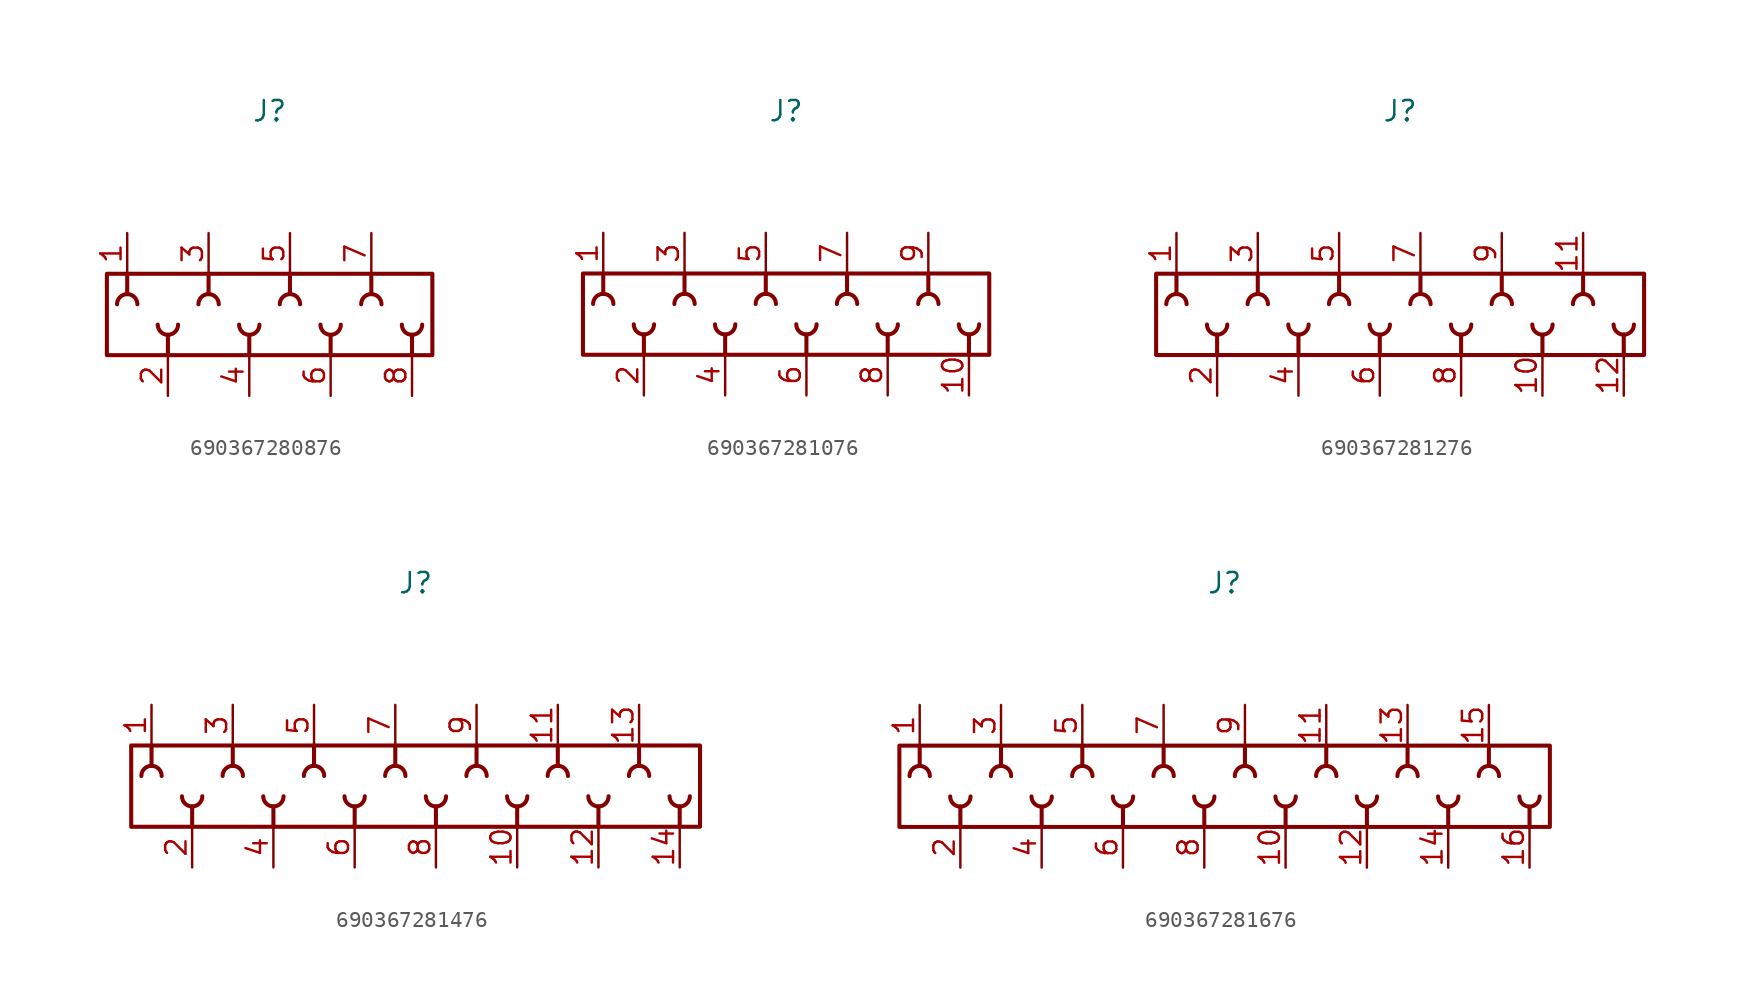
<source format=kicad_sym>
(kicad_symbol_lib
  (version 20241209)
  (generator "kicad_symbol_editor")
  (generator_version "9.0")
  (symbol "690367280876"
    (pin_names
      (hide yes))
    (property "Reference" "J"
      (at 0 12.7 0)
      (effects (font (size 1.27 1.27))))
    (symbol "690367280876_1_1"
      (rectangle (start -10.16 2.54) (end 10.16 -2.54) (stroke (width 0.254) (type solid)) (fill (type none)))
      (polyline (pts (xy -8.89 1.27) (xy -8.89 2.54)) (stroke (width 0.254) (type solid)) (fill (type none)))
      (arc (start -9.525 0.635) (mid -8.89 1.27) (end -8.255 0.635) (stroke (width 0.254) (type solid)) (fill (type none)))
      (arc (start -5.715 -0.635) (mid -6.35 -1.27) (end -6.985 -0.635) (stroke (width 0.254) (type solid)) (fill (type none)))
      (polyline (pts (xy -6.35 -1.27) (xy -6.35 -2.54)) (stroke (width 0.254) (type solid)) (fill (type none)))
      (polyline (pts (xy -3.81 1.27) (xy -3.81 2.54)) (stroke (width 0.254) (type solid)) (fill (type none)))
      (arc (start -4.445 0.635) (mid -3.81 1.27) (end -3.175 0.635) (stroke (width 0.254) (type solid)) (fill (type none)))
      (arc (start -0.635 -0.635) (mid -1.27 -1.27) (end -1.905 -0.635) (stroke (width 0.254) (type solid)) (fill (type none)))
      (polyline (pts (xy -1.27 -1.27) (xy -1.27 -2.54)) (stroke (width 0.254) (type solid)) (fill (type none)))
      (polyline (pts (xy 1.27 1.27) (xy 1.27 2.54)) (stroke (width 0.254) (type solid)) (fill (type none)))
      (arc (start 0.635 0.635) (mid 1.27 1.27) (end 1.905 0.635) (stroke (width 0.254) (type solid)) (fill (type none)))
      (arc (start 4.445 -0.635) (mid 3.81 -1.27) (end 3.175 -0.635) (stroke (width 0.254) (type solid)) (fill (type none)))
      (polyline (pts (xy 3.81 -1.27) (xy 3.81 -2.54)) (stroke (width 0.254) (type solid)) (fill (type none)))
      (polyline (pts (xy 6.35 1.27) (xy 6.35 2.54)) (stroke (width 0.254) (type solid)) (fill (type none)))
      (arc (start 5.715 0.635) (mid 6.35 1.27) (end 6.985 0.635) (stroke (width 0.254) (type solid)) (fill (type none)))
      (arc (start 9.525 -0.635) (mid 8.89 -1.27) (end 8.255 -0.635) (stroke (width 0.254) (type solid)) (fill (type none)))
      (polyline (pts (xy 8.89 -1.27) (xy 8.89 -2.54)) (stroke (width 0.254) (type solid)) (fill (type none)))
      (pin passive line (at -8.89 5.08 270) (length 2.54) (name "1" (effects (font (size 1.27 1.27)))) (number "1" (effects (font (size 1.27 1.27)))))
      (pin passive line (at -6.35 -5.08 90) (length 2.54) (name "2" (effects (font (size 1.27 1.27)))) (number "2" (effects (font (size 1.27 1.27)))))
      (pin passive line (at -3.81 5.08 270) (length 2.54) (name "3" (effects (font (size 1.27 1.27)))) (number "3" (effects (font (size 1.27 1.27)))))
      (pin passive line (at -1.27 -5.08 90) (length 2.54) (name "4" (effects (font (size 1.27 1.27)))) (number "4" (effects (font (size 1.27 1.27)))))
      (pin passive line (at 1.27 5.08 270) (length 2.54) (name "5" (effects (font (size 1.27 1.27)))) (number "5" (effects (font (size 1.27 1.27)))))
      (pin passive line (at 3.81 -5.08 90) (length 2.54) (name "6" (effects (font (size 1.27 1.27)))) (number "6" (effects (font (size 1.27 1.27)))))
      (pin passive line (at 6.35 5.08 270) (length 2.54) (name "7" (effects (font (size 1.27 1.27)))) (number "7" (effects (font (size 1.27 1.27)))))
      (pin passive line (at 8.89 -5.08 90) (length 2.54) (name "4" (effects (font (size 1.27 1.27)))) (number "8" (effects (font (size 1.27 1.27)))))))
  (symbol "690367281076"
    (pin_names
      (hide yes))
    (property "Reference" "J"
      (at 0 12.7 0)
      (effects (font (size 1.27 1.27))))
    (symbol "690367281076_1_1"
      (rectangle (start -12.7 2.54) (end 12.7 -2.54) (stroke (width 0.254) (type solid)) (fill (type none)))
      (polyline (pts (xy -11.43 1.27) (xy -11.43 2.54)) (stroke (width 0.254) (type solid)) (fill (type none)))
      (arc (start -12.065 0.635) (mid -11.43 1.27) (end -10.795 0.635) (stroke (width 0.254) (type solid)) (fill (type none)))
      (arc (start -8.255 -0.635) (mid -8.89 -1.27) (end -9.525 -0.635) (stroke (width 0.254) (type solid)) (fill (type none)))
      (polyline (pts (xy -8.89 -1.27) (xy -8.89 -2.54)) (stroke (width 0.254) (type solid)) (fill (type none)))
      (polyline (pts (xy -6.35 1.27) (xy -6.35 2.54)) (stroke (width 0.254) (type solid)) (fill (type none)))
      (arc (start -6.985 0.635) (mid -6.35 1.27) (end -5.715 0.635) (stroke (width 0.254) (type solid)) (fill (type none)))
      (arc (start -3.175 -0.635) (mid -3.81 -1.27) (end -4.445 -0.635) (stroke (width 0.254) (type solid)) (fill (type none)))
      (polyline (pts (xy -3.81 -1.27) (xy -3.81 -2.54)) (stroke (width 0.254) (type solid)) (fill (type none)))
      (polyline (pts (xy -1.27 1.27) (xy -1.27 2.54)) (stroke (width 0.254) (type solid)) (fill (type none)))
      (arc (start -1.905 0.635) (mid -1.27 1.27) (end -0.635 0.635) (stroke (width 0.254) (type solid)) (fill (type none)))
      (arc (start 1.905 -0.635) (mid 1.27 -1.27) (end 0.635 -0.635) (stroke (width 0.254) (type solid)) (fill (type none)))
      (polyline (pts (xy 1.27 -1.27) (xy 1.27 -2.54)) (stroke (width 0.254) (type solid)) (fill (type none)))
      (polyline (pts (xy 3.81 1.27) (xy 3.81 2.54)) (stroke (width 0.254) (type solid)) (fill (type none)))
      (arc (start 3.175 0.635) (mid 3.81 1.27) (end 4.445 0.635) (stroke (width 0.254) (type solid)) (fill (type none)))
      (arc (start 6.985 -0.635) (mid 6.35 -1.27) (end 5.715 -0.635) (stroke (width 0.254) (type solid)) (fill (type none)))
      (polyline (pts (xy 6.35 -1.27) (xy 6.35 -2.54)) (stroke (width 0.254) (type solid)) (fill (type none)))
      (polyline (pts (xy 8.89 1.27) (xy 8.89 2.54)) (stroke (width 0.254) (type solid)) (fill (type none)))
      (arc (start 8.255 0.635) (mid 8.89 1.27) (end 9.525 0.635) (stroke (width 0.254) (type solid)) (fill (type none)))
      (arc (start 12.065 -0.635) (mid 11.43 -1.27) (end 10.795 -0.635) (stroke (width 0.254) (type solid)) (fill (type none)))
      (polyline (pts (xy 11.43 -1.27) (xy 11.43 -2.54)) (stroke (width 0.254) (type solid)) (fill (type none)))
      (pin passive line (at -11.43 5.08 270) (length 2.54) (name "1" (effects (font (size 1.27 1.27)))) (number "1" (effects (font (size 1.27 1.27)))))
      (pin passive line (at -8.89 -5.08 90) (length 2.54) (name "2" (effects (font (size 1.27 1.27)))) (number "2" (effects (font (size 1.27 1.27)))))
      (pin passive line (at -6.35 5.08 270) (length 2.54) (name "3" (effects (font (size 1.27 1.27)))) (number "3" (effects (font (size 1.27 1.27)))))
      (pin passive line (at -3.81 -5.08 90) (length 2.54) (name "4" (effects (font (size 1.27 1.27)))) (number "4" (effects (font (size 1.27 1.27)))))
      (pin passive line (at -1.27 5.08 270) (length 2.54) (name "5" (effects (font (size 1.27 1.27)))) (number "5" (effects (font (size 1.27 1.27)))))
      (pin passive line (at 1.27 -5.08 90) (length 2.54) (name "6" (effects (font (size 1.27 1.27)))) (number "6" (effects (font (size 1.27 1.27)))))
      (pin passive line (at 3.81 5.08 270) (length 2.54) (name "7" (effects (font (size 1.27 1.27)))) (number "7" (effects (font (size 1.27 1.27)))))
      (pin passive line (at 6.35 -5.08 90) (length 2.54) (name "4" (effects (font (size 1.27 1.27)))) (number "8" (effects (font (size 1.27 1.27)))))
      (pin passive line (at 8.89 5.08 270) (length 2.54) (name "9" (effects (font (size 1.27 1.27)))) (number "9" (effects (font (size 1.27 1.27)))))
      (pin passive line (at 11.43 -5.08 90) (length 2.54) (name "10" (effects (font (size 1.27 1.27)))) (number "10" (effects (font (size 1.27 1.27)))))))
  (symbol "690367281276"
    (pin_names
      (hide yes))
    (property "Reference" "J"
      (at 0 12.7 0)
      (effects (font (size 1.27 1.27))))
    (symbol "690367281276_1_1"
      (rectangle (start -15.24 2.54) (end 15.24 -2.54) (stroke (width 0.254) (type solid)) (fill (type none)))
      (polyline (pts (xy -13.97 1.27) (xy -13.97 2.54)) (stroke (width 0.254) (type solid)) (fill (type none)))
      (arc (start -14.605 0.635) (mid -13.97 1.27) (end -13.335 0.635) (stroke (width 0.254) (type solid)) (fill (type none)))
      (arc (start -10.795 -0.635) (mid -11.43 -1.27) (end -12.065 -0.635) (stroke (width 0.254) (type solid)) (fill (type none)))
      (polyline (pts (xy -11.43 -1.27) (xy -11.43 -2.54)) (stroke (width 0.254) (type solid)) (fill (type none)))
      (polyline (pts (xy -8.89 1.27) (xy -8.89 2.54)) (stroke (width 0.254) (type solid)) (fill (type none)))
      (arc (start -9.525 0.635) (mid -8.89 1.27) (end -8.255 0.635) (stroke (width 0.254) (type solid)) (fill (type none)))
      (arc (start -5.715 -0.635) (mid -6.35 -1.27) (end -6.985 -0.635) (stroke (width 0.254) (type solid)) (fill (type none)))
      (polyline (pts (xy -6.35 -1.27) (xy -6.35 -2.54)) (stroke (width 0.254) (type solid)) (fill (type none)))
      (polyline (pts (xy -3.81 1.27) (xy -3.81 2.54)) (stroke (width 0.254) (type solid)) (fill (type none)))
      (arc (start -4.445 0.635) (mid -3.81 1.27) (end -3.175 0.635) (stroke (width 0.254) (type solid)) (fill (type none)))
      (arc (start -0.635 -0.635) (mid -1.27 -1.27) (end -1.905 -0.635) (stroke (width 0.254) (type solid)) (fill (type none)))
      (polyline (pts (xy -1.27 -1.27) (xy -1.27 -2.54)) (stroke (width 0.254) (type solid)) (fill (type none)))
      (polyline (pts (xy 1.27 1.27) (xy 1.27 2.54)) (stroke (width 0.254) (type solid)) (fill (type none)))
      (arc (start 0.635 0.635) (mid 1.27 1.27) (end 1.905 0.635) (stroke (width 0.254) (type solid)) (fill (type none)))
      (arc (start 4.445 -0.635) (mid 3.81 -1.27) (end 3.175 -0.635) (stroke (width 0.254) (type solid)) (fill (type none)))
      (polyline (pts (xy 3.81 -1.27) (xy 3.81 -2.54)) (stroke (width 0.254) (type solid)) (fill (type none)))
      (polyline (pts (xy 6.35 1.27) (xy 6.35 2.54)) (stroke (width 0.254) (type solid)) (fill (type none)))
      (arc (start 5.715 0.635) (mid 6.35 1.27) (end 6.985 0.635) (stroke (width 0.254) (type solid)) (fill (type none)))
      (arc (start 9.525 -0.635) (mid 8.89 -1.27) (end 8.255 -0.635) (stroke (width 0.254) (type solid)) (fill (type none)))
      (polyline (pts (xy 8.89 -1.27) (xy 8.89 -2.54)) (stroke (width 0.254) (type solid)) (fill (type none)))
      (polyline (pts (xy 11.43 1.27) (xy 11.43 2.54)) (stroke (width 0.254) (type solid)) (fill (type none)))
      (arc (start 10.795 0.635) (mid 11.43 1.27) (end 12.065 0.635) (stroke (width 0.254) (type solid)) (fill (type none)))
      (arc (start 14.605 -0.635) (mid 13.97 -1.27) (end 13.335 -0.635) (stroke (width 0.254) (type solid)) (fill (type none)))
      (polyline (pts (xy 13.97 -1.27) (xy 13.97 -2.54)) (stroke (width 0.254) (type solid)) (fill (type none)))
      (pin passive line (at -13.97 5.08 270) (length 2.54) (name "1" (effects (font (size 1.27 1.27)))) (number "1" (effects (font (size 1.27 1.27)))))
      (pin passive line (at -11.43 -5.08 90) (length 2.54) (name "2" (effects (font (size 1.27 1.27)))) (number "2" (effects (font (size 1.27 1.27)))))
      (pin passive line (at -8.89 5.08 270) (length 2.54) (name "3" (effects (font (size 1.27 1.27)))) (number "3" (effects (font (size 1.27 1.27)))))
      (pin passive line (at -6.35 -5.08 90) (length 2.54) (name "4" (effects (font (size 1.27 1.27)))) (number "4" (effects (font (size 1.27 1.27)))))
      (pin passive line (at -3.81 5.08 270) (length 2.54) (name "5" (effects (font (size 1.27 1.27)))) (number "5" (effects (font (size 1.27 1.27)))))
      (pin passive line (at -1.27 -5.08 90) (length 2.54) (name "6" (effects (font (size 1.27 1.27)))) (number "6" (effects (font (size 1.27 1.27)))))
      (pin passive line (at 1.27 5.08 270) (length 2.54) (name "7" (effects (font (size 1.27 1.27)))) (number "7" (effects (font (size 1.27 1.27)))))
      (pin passive line (at 3.81 -5.08 90) (length 2.54) (name "4" (effects (font (size 1.27 1.27)))) (number "8" (effects (font (size 1.27 1.27)))))
      (pin passive line (at 6.35 5.08 270) (length 2.54) (name "9" (effects (font (size 1.27 1.27)))) (number "9" (effects (font (size 1.27 1.27)))))
      (pin passive line (at 8.89 -5.08 90) (length 2.54) (name "10" (effects (font (size 1.27 1.27)))) (number "10" (effects (font (size 1.27 1.27)))))
      (pin passive line (at 11.43 5.08 270) (length 2.54) (name "11" (effects (font (size 1.27 1.27)))) (number "11" (effects (font (size 1.27 1.27)))))
      (pin passive line (at 13.97 -5.08 90) (length 2.54) (name "12" (effects (font (size 1.27 1.27)))) (number "12" (effects (font (size 1.27 1.27)))))))
  (symbol "690367281476"
    (pin_names
      (hide yes))
    (property "Reference" "J"
      (at 0 12.7 0)
      (effects (font (size 1.27 1.27))))
    (symbol "690367281476_1_1"
      (rectangle (start -17.78 2.54) (end 17.78 -2.54) (stroke (width 0.254) (type solid)) (fill (type none)))
      (polyline (pts (xy -16.51 1.27) (xy -16.51 2.54)) (stroke (width 0.254) (type solid)) (fill (type none)))
      (arc (start -17.145 0.635) (mid -16.51 1.27) (end -15.875 0.635) (stroke (width 0.254) (type solid)) (fill (type none)))
      (arc (start -13.335 -0.635) (mid -13.97 -1.27) (end -14.605 -0.635) (stroke (width 0.254) (type solid)) (fill (type none)))
      (polyline (pts (xy -13.97 -1.27) (xy -13.97 -2.54)) (stroke (width 0.254) (type solid)) (fill (type none)))
      (polyline (pts (xy -11.43 1.27) (xy -11.43 2.54)) (stroke (width 0.254) (type solid)) (fill (type none)))
      (arc (start -12.065 0.635) (mid -11.43 1.27) (end -10.795 0.635) (stroke (width 0.254) (type solid)) (fill (type none)))
      (arc (start -8.255 -0.635) (mid -8.89 -1.27) (end -9.525 -0.635) (stroke (width 0.254) (type solid)) (fill (type none)))
      (polyline (pts (xy -8.89 -1.27) (xy -8.89 -2.54)) (stroke (width 0.254) (type solid)) (fill (type none)))
      (polyline (pts (xy -6.35 1.27) (xy -6.35 2.54)) (stroke (width 0.254) (type solid)) (fill (type none)))
      (arc (start -6.985 0.635) (mid -6.35 1.27) (end -5.715 0.635) (stroke (width 0.254) (type solid)) (fill (type none)))
      (arc (start -3.175 -0.635) (mid -3.81 -1.27) (end -4.445 -0.635) (stroke (width 0.254) (type solid)) (fill (type none)))
      (polyline (pts (xy -3.81 -1.27) (xy -3.81 -2.54)) (stroke (width 0.254) (type solid)) (fill (type none)))
      (polyline (pts (xy -1.27 1.27) (xy -1.27 2.54)) (stroke (width 0.254) (type solid)) (fill (type none)))
      (arc (start -1.905 0.635) (mid -1.27 1.27) (end -0.635 0.635) (stroke (width 0.254) (type solid)) (fill (type none)))
      (arc (start 1.905 -0.635) (mid 1.27 -1.27) (end 0.635 -0.635) (stroke (width 0.254) (type solid)) (fill (type none)))
      (polyline (pts (xy 1.27 -1.27) (xy 1.27 -2.54)) (stroke (width 0.254) (type solid)) (fill (type none)))
      (polyline (pts (xy 3.81 1.27) (xy 3.81 2.54)) (stroke (width 0.254) (type solid)) (fill (type none)))
      (arc (start 3.175 0.635) (mid 3.81 1.27) (end 4.445 0.635) (stroke (width 0.254) (type solid)) (fill (type none)))
      (arc (start 6.985 -0.635) (mid 6.35 -1.27) (end 5.715 -0.635) (stroke (width 0.254) (type solid)) (fill (type none)))
      (polyline (pts (xy 6.35 -1.27) (xy 6.35 -2.54)) (stroke (width 0.254) (type solid)) (fill (type none)))
      (polyline (pts (xy 8.89 1.27) (xy 8.89 2.54)) (stroke (width 0.254) (type solid)) (fill (type none)))
      (arc (start 8.255 0.635) (mid 8.89 1.27) (end 9.525 0.635) (stroke (width 0.254) (type solid)) (fill (type none)))
      (arc (start 12.065 -0.635) (mid 11.43 -1.27) (end 10.795 -0.635) (stroke (width 0.254) (type solid)) (fill (type none)))
      (polyline (pts (xy 11.43 -1.27) (xy 11.43 -2.54)) (stroke (width 0.254) (type solid)) (fill (type none)))
      (polyline (pts (xy 13.97 1.27) (xy 13.97 2.54)) (stroke (width 0.254) (type solid)) (fill (type none)))
      (arc (start 13.335 0.635) (mid 13.97 1.27) (end 14.605 0.635) (stroke (width 0.254) (type solid)) (fill (type none)))
      (arc (start 17.145 -0.635) (mid 16.51 -1.27) (end 15.875 -0.635) (stroke (width 0.254) (type solid)) (fill (type none)))
      (polyline (pts (xy 16.51 -1.27) (xy 16.51 -2.54)) (stroke (width 0.254) (type solid)) (fill (type none)))
      (pin passive line (at -16.51 5.08 270) (length 2.54) (name "1" (effects (font (size 1.27 1.27)))) (number "1" (effects (font (size 1.27 1.27)))))
      (pin passive line (at -13.97 -5.08 90) (length 2.54) (name "2" (effects (font (size 1.27 1.27)))) (number "2" (effects (font (size 1.27 1.27)))))
      (pin passive line (at -11.43 5.08 270) (length 2.54) (name "3" (effects (font (size 1.27 1.27)))) (number "3" (effects (font (size 1.27 1.27)))))
      (pin passive line (at -8.89 -5.08 90) (length 2.54) (name "4" (effects (font (size 1.27 1.27)))) (number "4" (effects (font (size 1.27 1.27)))))
      (pin passive line (at -6.35 5.08 270) (length 2.54) (name "5" (effects (font (size 1.27 1.27)))) (number "5" (effects (font (size 1.27 1.27)))))
      (pin passive line (at -3.81 -5.08 90) (length 2.54) (name "6" (effects (font (size 1.27 1.27)))) (number "6" (effects (font (size 1.27 1.27)))))
      (pin passive line (at -1.27 5.08 270) (length 2.54) (name "7" (effects (font (size 1.27 1.27)))) (number "7" (effects (font (size 1.27 1.27)))))
      (pin passive line (at 1.27 -5.08 90) (length 2.54) (name "4" (effects (font (size 1.27 1.27)))) (number "8" (effects (font (size 1.27 1.27)))))
      (pin passive line (at 3.81 5.08 270) (length 2.54) (name "9" (effects (font (size 1.27 1.27)))) (number "9" (effects (font (size 1.27 1.27)))))
      (pin passive line (at 6.35 -5.08 90) (length 2.54) (name "10" (effects (font (size 1.27 1.27)))) (number "10" (effects (font (size 1.27 1.27)))))
      (pin passive line (at 8.89 5.08 270) (length 2.54) (name "11" (effects (font (size 1.27 1.27)))) (number "11" (effects (font (size 1.27 1.27)))))
      (pin passive line (at 11.43 -5.08 90) (length 2.54) (name "12" (effects (font (size 1.27 1.27)))) (number "12" (effects (font (size 1.27 1.27)))))
      (pin passive line (at 13.97 5.08 270) (length 2.54) (name "13" (effects (font (size 1.27 1.27)))) (number "13" (effects (font (size 1.27 1.27)))))
      (pin passive line (at 16.51 -5.08 90) (length 2.54) (name "14" (effects (font (size 1.27 1.27)))) (number "14" (effects (font (size 1.27 1.27)))))))
  (symbol "690367281676"
    (pin_names
      (hide yes))
    (property "Reference" "J"
      (at 0 12.7 0)
      (effects (font (size 1.27 1.27))))
    (symbol "690367281676_1_1"
      (rectangle (start -20.32 2.54) (end 20.32 -2.54) (stroke (width 0.254) (type solid)) (fill (type none)))
      (polyline (pts (xy -19.05 1.27) (xy -19.05 2.54)) (stroke (width 0.254) (type solid)) (fill (type none)))
      (arc (start -19.685 0.635) (mid -19.05 1.27) (end -18.415 0.635) (stroke (width 0.254) (type solid)) (fill (type none)))
      (arc (start -15.875 -0.635) (mid -16.51 -1.27) (end -17.145 -0.635) (stroke (width 0.254) (type solid)) (fill (type none)))
      (polyline (pts (xy -16.51 -1.27) (xy -16.51 -2.54)) (stroke (width 0.254) (type solid)) (fill (type none)))
      (polyline (pts (xy -13.97 1.27) (xy -13.97 2.54)) (stroke (width 0.254) (type solid)) (fill (type none)))
      (arc (start -14.605 0.635) (mid -13.97 1.27) (end -13.335 0.635) (stroke (width 0.254) (type solid)) (fill (type none)))
      (arc (start -10.795 -0.635) (mid -11.43 -1.27) (end -12.065 -0.635) (stroke (width 0.254) (type solid)) (fill (type none)))
      (polyline (pts (xy -11.43 -1.27) (xy -11.43 -2.54)) (stroke (width 0.254) (type solid)) (fill (type none)))
      (polyline (pts (xy -8.89 1.27) (xy -8.89 2.54)) (stroke (width 0.254) (type solid)) (fill (type none)))
      (arc (start -9.525 0.635) (mid -8.89 1.27) (end -8.255 0.635) (stroke (width 0.254) (type solid)) (fill (type none)))
      (arc (start -5.715 -0.635) (mid -6.35 -1.27) (end -6.985 -0.635) (stroke (width 0.254) (type solid)) (fill (type none)))
      (polyline (pts (xy -6.35 -1.27) (xy -6.35 -2.54)) (stroke (width 0.254) (type solid)) (fill (type none)))
      (polyline (pts (xy -3.81 1.27) (xy -3.81 2.54)) (stroke (width 0.254) (type solid)) (fill (type none)))
      (arc (start -4.445 0.635) (mid -3.81 1.27) (end -3.175 0.635) (stroke (width 0.254) (type solid)) (fill (type none)))
      (arc (start -0.635 -0.635) (mid -1.27 -1.27) (end -1.905 -0.635) (stroke (width 0.254) (type solid)) (fill (type none)))
      (polyline (pts (xy -1.27 -1.27) (xy -1.27 -2.54)) (stroke (width 0.254) (type solid)) (fill (type none)))
      (polyline (pts (xy 1.27 1.27) (xy 1.27 2.54)) (stroke (width 0.254) (type solid)) (fill (type none)))
      (arc (start 0.635 0.635) (mid 1.27 1.27) (end 1.905 0.635) (stroke (width 0.254) (type solid)) (fill (type none)))
      (arc (start 4.445 -0.635) (mid 3.81 -1.27) (end 3.175 -0.635) (stroke (width 0.254) (type solid)) (fill (type none)))
      (polyline (pts (xy 3.81 -1.27) (xy 3.81 -2.54)) (stroke (width 0.254) (type solid)) (fill (type none)))
      (polyline (pts (xy 6.35 1.27) (xy 6.35 2.54)) (stroke (width 0.254) (type solid)) (fill (type none)))
      (arc (start 5.715 0.635) (mid 6.35 1.27) (end 6.985 0.635) (stroke (width 0.254) (type solid)) (fill (type none)))
      (arc (start 9.525 -0.635) (mid 8.89 -1.27) (end 8.255 -0.635) (stroke (width 0.254) (type solid)) (fill (type none)))
      (polyline (pts (xy 8.89 -1.27) (xy 8.89 -2.54)) (stroke (width 0.254) (type solid)) (fill (type none)))
      (polyline (pts (xy 11.43 1.27) (xy 11.43 2.54)) (stroke (width 0.254) (type solid)) (fill (type none)))
      (arc (start 10.795 0.635) (mid 11.43 1.27) (end 12.065 0.635) (stroke (width 0.254) (type solid)) (fill (type none)))
      (arc (start 14.605 -0.635) (mid 13.97 -1.27) (end 13.335 -0.635) (stroke (width 0.254) (type solid)) (fill (type none)))
      (polyline (pts (xy 13.97 -1.27) (xy 13.97 -2.54)) (stroke (width 0.254) (type solid)) (fill (type none)))
      (polyline (pts (xy 16.51 1.27) (xy 16.51 2.54)) (stroke (width 0.254) (type solid)) (fill (type none)))
      (arc (start 15.875 0.635) (mid 16.51 1.27) (end 17.145 0.635) (stroke (width 0.254) (type solid)) (fill (type none)))
      (arc (start 19.685 -0.635) (mid 19.05 -1.27) (end 18.415 -0.635) (stroke (width 0.254) (type solid)) (fill (type none)))
      (polyline (pts (xy 19.05 -1.27) (xy 19.05 -2.54)) (stroke (width 0.254) (type solid)) (fill (type none)))
      (pin passive line (at -19.05 5.08 270) (length 2.54) (name "1" (effects (font (size 1.27 1.27)))) (number "1" (effects (font (size 1.27 1.27)))))
      (pin passive line (at -16.51 -5.08 90) (length 2.54) (name "2" (effects (font (size 1.27 1.27)))) (number "2" (effects (font (size 1.27 1.27)))))
      (pin passive line (at -13.97 5.08 270) (length 2.54) (name "3" (effects (font (size 1.27 1.27)))) (number "3" (effects (font (size 1.27 1.27)))))
      (pin passive line (at -11.43 -5.08 90) (length 2.54) (name "4" (effects (font (size 1.27 1.27)))) (number "4" (effects (font (size 1.27 1.27)))))
      (pin passive line (at -8.89 5.08 270) (length 2.54) (name "5" (effects (font (size 1.27 1.27)))) (number "5" (effects (font (size 1.27 1.27)))))
      (pin passive line (at -6.35 -5.08 90) (length 2.54) (name "6" (effects (font (size 1.27 1.27)))) (number "6" (effects (font (size 1.27 1.27)))))
      (pin passive line (at -3.81 5.08 270) (length 2.54) (name "7" (effects (font (size 1.27 1.27)))) (number "7" (effects (font (size 1.27 1.27)))))
      (pin passive line (at -1.27 -5.08 90) (length 2.54) (name "4" (effects (font (size 1.27 1.27)))) (number "8" (effects (font (size 1.27 1.27)))))
      (pin passive line (at 1.27 5.08 270) (length 2.54) (name "9" (effects (font (size 1.27 1.27)))) (number "9" (effects (font (size 1.27 1.27)))))
      (pin passive line (at 3.81 -5.08 90) (length 2.54) (name "10" (effects (font (size 1.27 1.27)))) (number "10" (effects (font (size 1.27 1.27)))))
      (pin passive line (at 6.35 5.08 270) (length 2.54) (name "11" (effects (font (size 1.27 1.27)))) (number "11" (effects (font (size 1.27 1.27)))))
      (pin passive line (at 8.89 -5.08 90) (length 2.54) (name "12" (effects (font (size 1.27 1.27)))) (number "12" (effects (font (size 1.27 1.27)))))
      (pin passive line (at 11.43 5.08 270) (length 2.54) (name "13" (effects (font (size 1.27 1.27)))) (number "13" (effects (font (size 1.27 1.27)))))
      (pin passive line (at 13.97 -5.08 90) (length 2.54) (name "14" (effects (font (size 1.27 1.27)))) (number "14" (effects (font (size 1.27 1.27)))))
      (pin passive line (at 16.51 5.08 270) (length 2.54) (name "15" (effects (font (size 1.27 1.27)))) (number "15" (effects (font (size 1.27 1.27)))))
      (pin passive line (at 19.05 -5.08 90) (length 2.54) (name "16" (effects (font (size 1.27 1.27)))) (number "16" (effects (font (size 1.27 1.27))))))))
</source>
